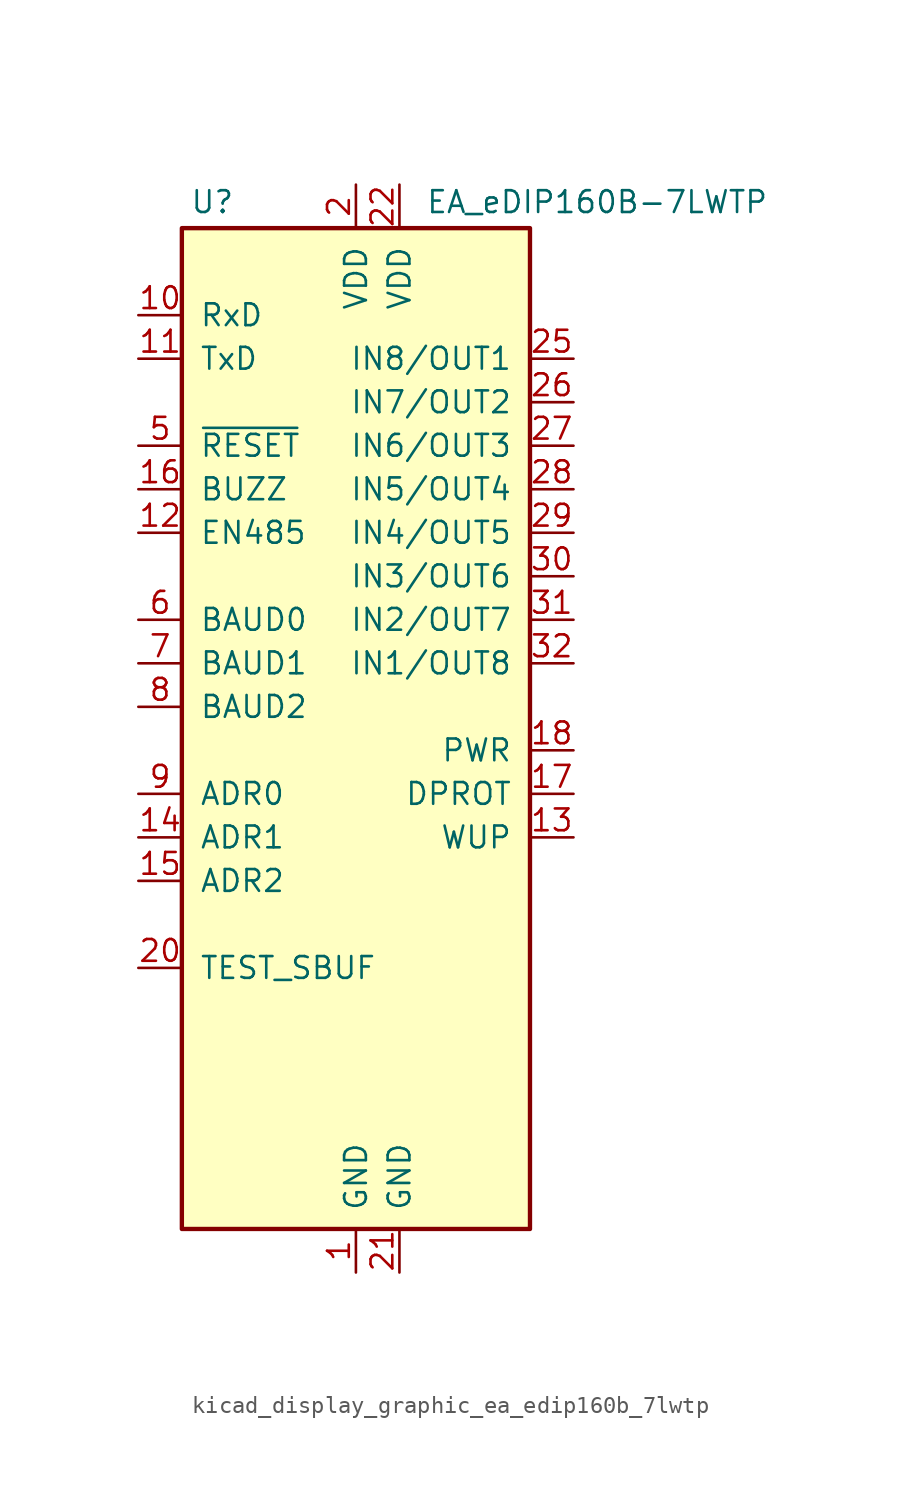
<source format=kicad_sym>
(kicad_symbol_lib
  (version 20220914)
  (generator kicad_symbol_editor)
  (symbol "kicad_display_graphic_ea_edip160b_7lwtp"
    (pin_names
      (offset 1.016))
    (property "Reference" "U"
      (at -8.382 29.464 0)
      (effects (font (size 1.27 1.27))))
    (property "Value" "EA_eDIP160B-7LWTP"
      (at 4.064 29.464 0)
      (effects (font (size 1.27 1.27)) (justify left)))
    (symbol "kicad_display_graphic_ea_edip160b_7lwtp_0_1"
      (rectangle (start -10.16 27.94) (end 10.16 -30.48) (stroke (width 0.254) (type default)) (fill (type background))))
    (symbol "kicad_display_graphic_ea_edip160b_7lwtp_1_1"
      (pin power_in line (at 0 -33.02 90) (length 2.54) (name "GND" (effects (font (size 1.27 1.27)))) (number "1" (effects (font (size 1.27 1.27)))))
      (pin input line (at -12.7 22.86 0) (length 2.54) (name "RxD" (effects (font (size 1.27 1.27)))) (number "10" (effects (font (size 1.27 1.27)))))
      (pin output line (at -12.7 20.32 0) (length 2.54) (name "TxD" (effects (font (size 1.27 1.27)))) (number "11" (effects (font (size 1.27 1.27)))))
      (pin output line (at -12.7 10.16 0) (length 2.54) (name "EN485" (effects (font (size 1.27 1.27)))) (number "12" (effects (font (size 1.27 1.27)))))
      (pin input line (at 12.7 -7.62 180) (length 2.54) (name "WUP" (effects (font (size 1.27 1.27)))) (number "13" (effects (font (size 1.27 1.27)))))
      (pin input line (at -12.7 -7.62 0) (length 2.54) (name "ADR1" (effects (font (size 1.27 1.27)))) (number "14" (effects (font (size 1.27 1.27)))))
      (pin input line (at -12.7 -10.16 0) (length 2.54) (name "ADR2" (effects (font (size 1.27 1.27)))) (number "15" (effects (font (size 1.27 1.27)))))
      (pin output line (at -12.7 12.7 0) (length 2.54) (name "BUZZ" (effects (font (size 1.27 1.27)))) (number "16" (effects (font (size 1.27 1.27)))))
      (pin input line (at 12.7 -5.08 180) (length 2.54) (name "DPROT" (effects (font (size 1.27 1.27)))) (number "17" (effects (font (size 1.27 1.27)))))
      (pin output line (at 12.7 -2.54 180) (length 2.54) (name "PWR" (effects (font (size 1.27 1.27)))) (number "18" (effects (font (size 1.27 1.27)))))
      (pin no_connect line (at -10.16 -22.86 0) (length 2.54) hide (name "NC" (effects (font (size 1.27 1.27)))) (number "19" (effects (font (size 1.27 1.27)))))
      (pin power_in line (at 0 30.48 270) (length 2.54) (name "VDD" (effects (font (size 1.27 1.27)))) (number "2" (effects (font (size 1.27 1.27)))))
      (pin open_collector line (at -12.7 -15.24 0) (length 2.54) (name "TEST_SBUF" (effects (font (size 1.27 1.27)))) (number "20" (effects (font (size 1.27 1.27)))))
      (pin power_in line (at 2.54 -33.02 90) (length 2.54) (name "GND" (effects (font (size 1.27 1.27)))) (number "21" (effects (font (size 1.27 1.27)))))
      (pin power_in line (at 2.54 30.48 270) (length 2.54) (name "VDD" (effects (font (size 1.27 1.27)))) (number "22" (effects (font (size 1.27 1.27)))))
      (pin no_connect line (at -10.16 -25.4 0) (length 2.54) hide (name "NC" (effects (font (size 1.27 1.27)))) (number "23" (effects (font (size 1.27 1.27)))))
      (pin no_connect line (at -10.16 -27.94 0) (length 2.54) hide (name "NC" (effects (font (size 1.27 1.27)))) (number "24" (effects (font (size 1.27 1.27)))))
      (pin bidirectional line (at 12.7 20.32 180) (length 2.54) (name "IN8/OUT1" (effects (font (size 1.27 1.27)))) (number "25" (effects (font (size 1.27 1.27)))))
      (pin bidirectional line (at 12.7 17.78 180) (length 2.54) (name "IN7/OUT2" (effects (font (size 1.27 1.27)))) (number "26" (effects (font (size 1.27 1.27)))))
      (pin bidirectional line (at 12.7 15.24 180) (length 2.54) (name "IN6/OUT3" (effects (font (size 1.27 1.27)))) (number "27" (effects (font (size 1.27 1.27)))))
      (pin bidirectional line (at 12.7 12.7 180) (length 2.54) (name "IN5/OUT4" (effects (font (size 1.27 1.27)))) (number "28" (effects (font (size 1.27 1.27)))))
      (pin bidirectional line (at 12.7 10.16 180) (length 2.54) (name "IN4/OUT5" (effects (font (size 1.27 1.27)))) (number "29" (effects (font (size 1.27 1.27)))))
      (pin no_connect line (at -10.16 -17.78 0) (length 2.54) hide (name "NC" (effects (font (size 1.27 1.27)))) (number "3" (effects (font (size 1.27 1.27)))))
      (pin bidirectional line (at 12.7 7.62 180) (length 2.54) (name "IN3/OUT6" (effects (font (size 1.27 1.27)))) (number "30" (effects (font (size 1.27 1.27)))))
      (pin bidirectional line (at 12.7 5.08 180) (length 2.54) (name "IN2/OUT7" (effects (font (size 1.27 1.27)))) (number "31" (effects (font (size 1.27 1.27)))))
      (pin bidirectional line (at 12.7 2.54 180) (length 2.54) (name "IN1/OUT8" (effects (font (size 1.27 1.27)))) (number "32" (effects (font (size 1.27 1.27)))))
      (pin no_connect line (at 10.16 -10.16 180) (length 2.54) hide (name "NC" (effects (font (size 1.27 1.27)))) (number "33" (effects (font (size 1.27 1.27)))))
      (pin no_connect line (at 10.16 -12.7 180) (length 2.54) hide (name "NC" (effects (font (size 1.27 1.27)))) (number "34" (effects (font (size 1.27 1.27)))))
      (pin no_connect line (at 10.16 -15.24 180) (length 2.54) hide (name "NC" (effects (font (size 1.27 1.27)))) (number "35" (effects (font (size 1.27 1.27)))))
      (pin no_connect line (at 10.16 -17.78 180) (length 2.54) hide (name "NC" (effects (font (size 1.27 1.27)))) (number "36" (effects (font (size 1.27 1.27)))))
      (pin no_connect line (at 10.16 -20.32 180) (length 2.54) hide (name "NC" (effects (font (size 1.27 1.27)))) (number "37" (effects (font (size 1.27 1.27)))))
      (pin no_connect line (at 10.16 -22.86 180) (length 2.54) hide (name "NC" (effects (font (size 1.27 1.27)))) (number "38" (effects (font (size 1.27 1.27)))))
      (pin no_connect line (at 10.16 -25.4 180) (length 2.54) hide (name "NC" (effects (font (size 1.27 1.27)))) (number "39" (effects (font (size 1.27 1.27)))))
      (pin no_connect line (at -10.16 -20.32 0) (length 2.54) hide (name "NC" (effects (font (size 1.27 1.27)))) (number "4" (effects (font (size 1.27 1.27)))))
      (pin no_connect line (at 10.16 -27.94 180) (length 2.54) hide (name "NC" (effects (font (size 1.27 1.27)))) (number "40" (effects (font (size 1.27 1.27)))))
      (pin input line (at -12.7 15.24 0) (length 2.54) (name "~{RESET}" (effects (font (size 1.27 1.27)))) (number "5" (effects (font (size 1.27 1.27)))))
      (pin input line (at -12.7 5.08 0) (length 2.54) (name "BAUD0" (effects (font (size 1.27 1.27)))) (number "6" (effects (font (size 1.27 1.27)))))
      (pin input line (at -12.7 2.54 0) (length 2.54) (name "BAUD1" (effects (font (size 1.27 1.27)))) (number "7" (effects (font (size 1.27 1.27)))))
      (pin input line (at -12.7 0 0) (length 2.54) (name "BAUD2" (effects (font (size 1.27 1.27)))) (number "8" (effects (font (size 1.27 1.27)))))
      (pin input line (at -12.7 -5.08 0) (length 2.54) (name "ADR0" (effects (font (size 1.27 1.27)))) (number "9" (effects (font (size 1.27 1.27))))))))
</source>
